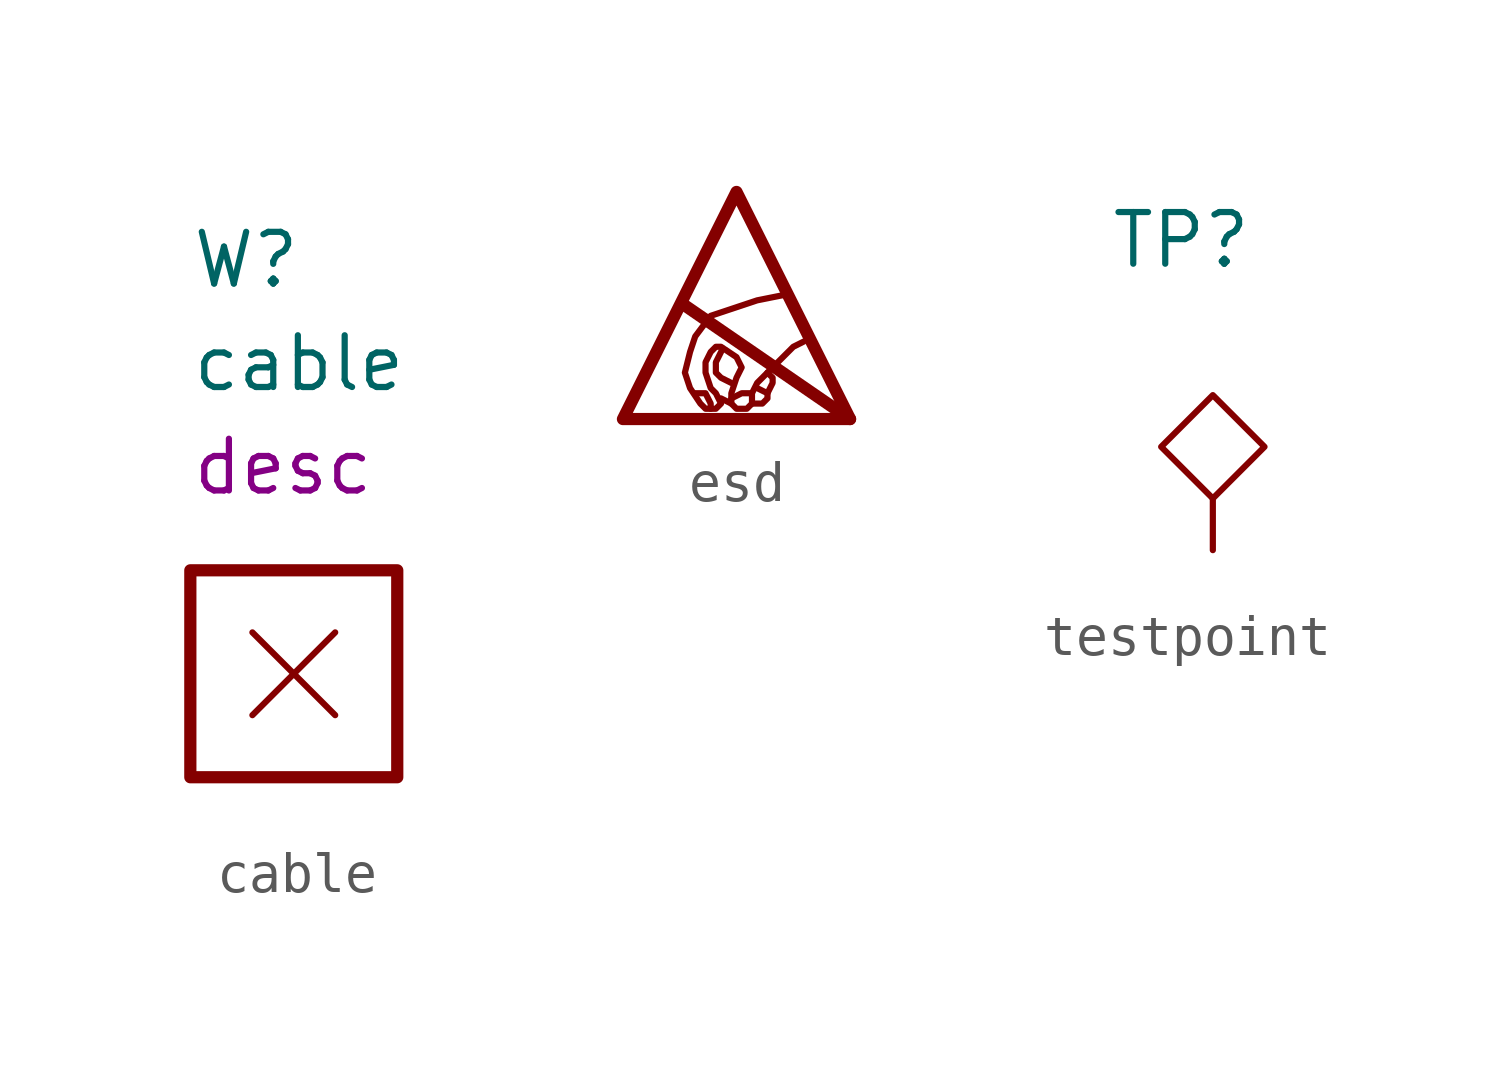
<source format=kicad_sym>
(kicad_symbol_lib
  (version 20241209)
  (generator "kicad_symbol_editor")
  (generator_version "9.0")
  (symbol "cable"
    (pin_numbers
      (hide yes))
    (pin_names
      (hide yes))
    (property "Reference" "W"
      (at -2.54 10.16 0)
      (effects (font (size 1.27 1.27)) (justify left)))
    (property "Value" "cable"
      (at -2.54 7.62 0)
      (effects (font (size 1.27 1.27)) (justify left)))
    (property "Description" "desc"
      (at -2.54 5.08 0)
      (effects (font (size 1.27 1.27)) (justify left)))
    (symbol "cable_0_1"
      (rectangle (start -2.54 2.54) (end 2.54 -2.54) (stroke (width 0.3) (type default)) (fill (type none)))
      (polyline (pts (xy -1.016 1.016) (xy 1.016 -1.016)) (stroke (width 0) (type default)) (fill (type none)))
      (polyline (pts (xy -1.016 -1.016) (xy 1.016 1.016)) (stroke (width 0) (type default)) (fill (type none)))))
  (symbol "esd"
    (pin_numbers
      (hide yes))
    (pin_names
      (offset 0)
      (hide yes))
    (property "Reference" "ESD"
      (at 0 0 0)
      (effects (font (size 1.27 1.27)) (hide yes)))
    (symbol "esd_0_1"
      (polyline (pts (xy -1.016 -2.159) (xy -0.762 -2.159) (xy -0.635 -2.413) (xy -0.635 -2.54)) (stroke (width 0) (type default)) (fill (type none)))
      (polyline (pts (xy -0.381 -2.286) (xy -0.127 -2.413)) (stroke (width 0) (type default)) (fill (type none)))
      (polyline (pts (xy -0.127 -1.905) (xy -0.381 -1.778) (xy -0.508 -1.651) (xy -0.508 -1.524) (xy -0.508 -1.397) (xy -0.381 -1.143)) (stroke (width 0) (type default)) (fill (type none)))
      (polyline (pts (xy -0.127 -2.286) (xy 0.127 -2.159) (xy 0.381 -2.159)) (stroke (width 0) (type default)) (fill (type none)))
      (polyline (pts (xy 0 2.794) (xy -2.794 -2.794) (xy 2.794 -2.794) (xy 0 2.794)) (stroke (width 0.3) (type default)) (fill (type none)))
      (polyline (pts (xy 0.381 -2.413) (xy 0.635 -2.413) (xy 0.762 -2.286) (xy 0.762 -2.159) (xy 0.508 -2.032)) (stroke (width 0) (type default)) (fill (type none)))
      (polyline (pts (xy 0.762 -1.651) (xy 0.889 -1.778) (xy 0.889 -1.905) (xy 0.762 -2.159)) (stroke (width 0) (type default)) (fill (type none)))
      (polyline (pts (xy 1.143 0.254) (xy 0.508 0.127) (xy -0.635 -0.254) (xy -1.016 -0.762) (xy -1.143 -1.143) (xy -1.27 -1.651) (xy -1.143 -2.032) (xy -0.889 -2.413) (xy -0.762 -2.54) (xy -0.508 -2.54) (xy -0.381 -2.413) (xy -0.508 -2.159) (xy -0.635 -2.032) (xy -0.762 -1.651) (xy -0.762 -1.397) (xy -0.635 -1.143) (xy -0.508 -1.016) (xy -0.381 -1.016) (xy 0 -1.27) (xy 0.127 -1.524) (xy 0 -1.778) (xy -0.127 -2.159) (xy -0.127 -2.413) (xy 0 -2.54) (xy 0.254 -2.54) (xy 0.381 -2.413) (xy 0.381 -2.159) (xy 0.508 -1.905) (xy 0.762 -1.651) (xy 0.889 -1.524) (xy 1.143 -1.27) (xy 1.27 -1.143) (xy 1.397 -1.016) (xy 1.651 -0.889)) (stroke (width 0) (type default)) (fill (type none))))
    (symbol "esd_1_1"
      (polyline (pts (xy -1.27 0) (xy 2.794 -2.794)) (stroke (width 0.3) (type default)) (fill (type none)))))
  (symbol "testpoint"
    (pin_numbers
      (hide yes))
    (property "Reference" "TP"
      (at -2.54 5.08 0)
      (effects (font (size 1.27 1.27)) (justify left)))
    (symbol "testpoint_0_1"
      (polyline (pts (xy 0 1.27) (xy -1.27 0) (xy 0 -1.27) (xy 1.27 0) (xy 0 1.27)) (stroke (width 0) (type default)) (fill (type none))))
    (symbol "testpoint_1_1"
      (pin passive line (at 0 -2.54 90) (length 1.27) (name "" (effects (font (size 1.27 1.27)))) (number "1" (effects (font (size 1.27 1.27))))))))
</source>
